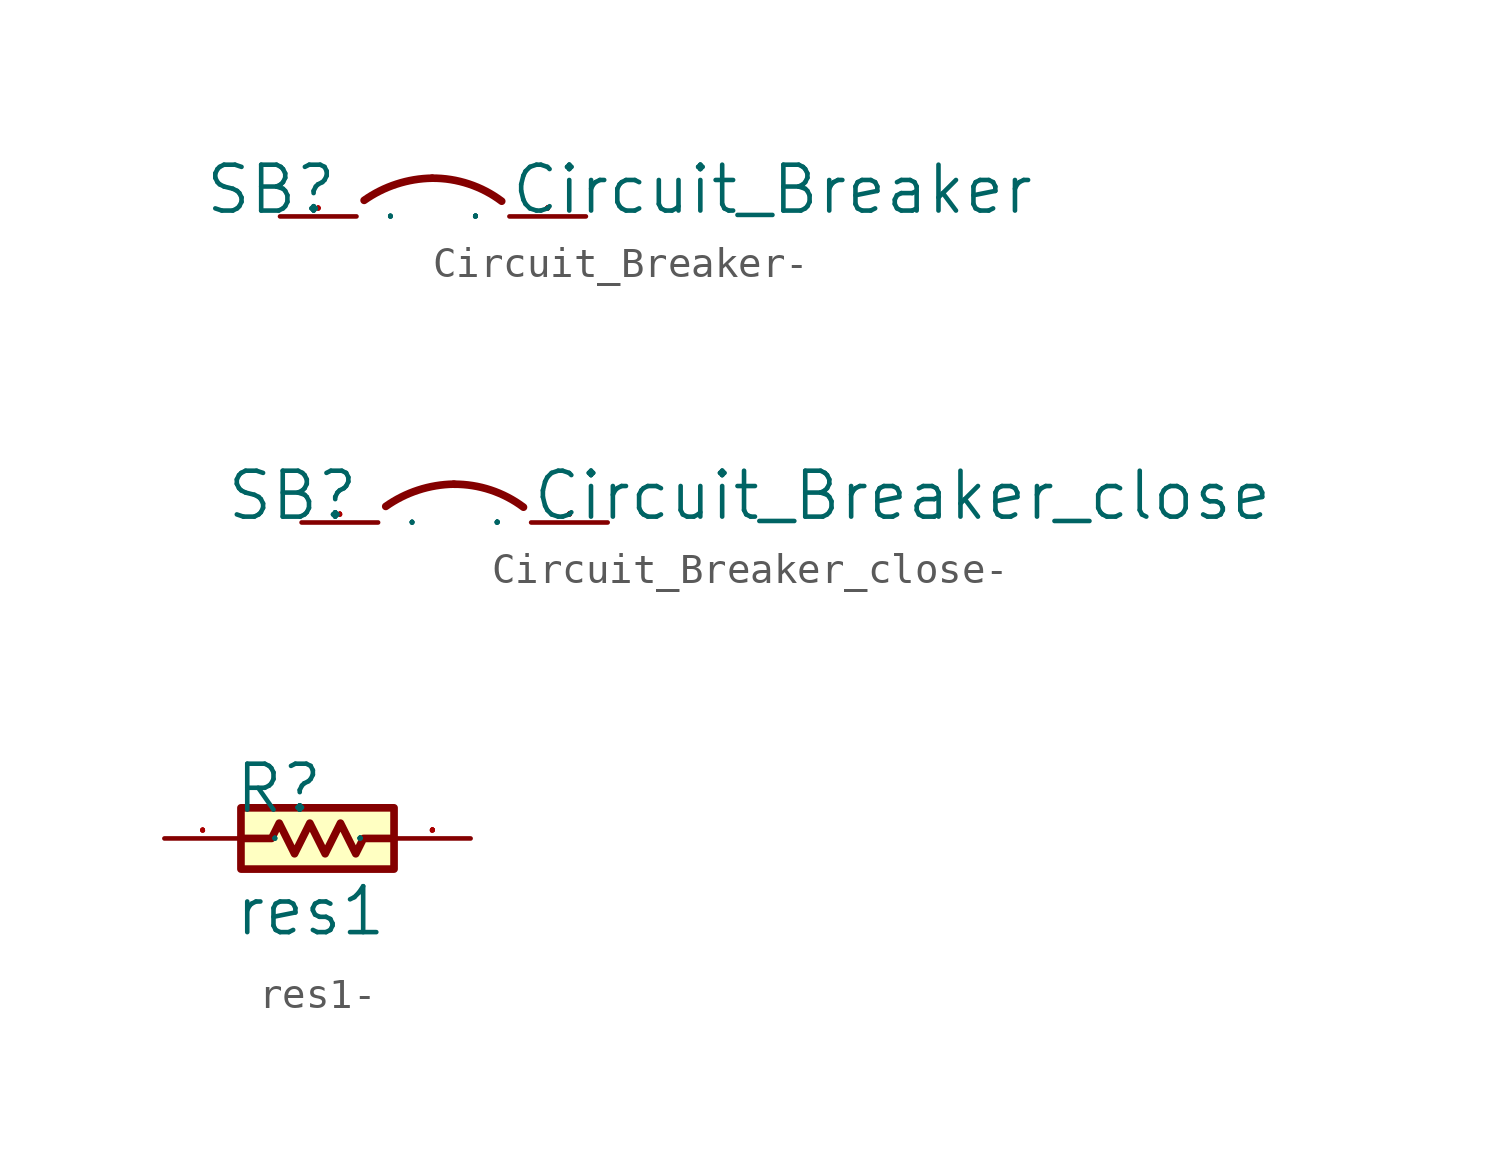
<source format=kicad_sym>
(kicad_symbol_lib
  (version 20220914)
  (generator kicad_symbol_editor)
  (symbol "Circuit_Breaker-"
    (pin_names
      (offset 1.016))
    (property "Reference" "SB"
      (at -5.08 -2.54 0)
      (effects (font (size 1.524 1.524)) (justify left bottom)))
    (property "Value" "Circuit_Breaker"
      (at 5.08 -2.54 0)
      (effects (font (size 1.524 1.524)) (justify left bottom)))
    (property "Footprint" ""
      (at 0 0 0)
      (effects (font (size 1.524 1.524))))
    (property "Datasheet" ""
      (at 0 0 0)
      (effects (font (size 1.524 1.524))))
    (symbol "Circuit_Breaker-_0_1"
      (pin passive line (at -2.54 -2.54 0) (length 2.54) (name "1" (effects (font (size 0.025 0.025)))) (number "1" (effects (font (size 0.025 0.025)))))
      (pin passive line (at 7.62 -2.54 180) (length 2.54) (name "2" (effects (font (size 0.025 0.025)))) (number "2" (effects (font (size 0.025 0.025))))))
    (symbol "Circuit_Breaker-_1_1"
      (arc (start 2.5146 -1.27) (mid 1.3303 -1.4671) (end 0.254 -2.0066) (stroke (width 0.254) (type solid)) (fill (type none)))
      (arc (start 4.826 -2.032) (mid 3.7328 -1.4615) (end 2.5146 -1.27) (stroke (width 0.254) (type solid)) (fill (type none)))))
  (symbol "Circuit_Breaker_close-"
    (pin_names
      (offset 1.016))
    (property "Reference" "SB"
      (at -5.08 -2.54 0)
      (effects (font (size 1.524 1.524)) (justify left bottom)))
    (property "Value" "Circuit_Breaker_close"
      (at 5.08 -2.54 0)
      (effects (font (size 1.524 1.524)) (justify left bottom)))
    (property "Footprint" ""
      (at 0 0 0)
      (effects (font (size 1.524 1.524))))
    (property "Datasheet" ""
      (at 0 0 0)
      (effects (font (size 1.524 1.524))))
    (symbol "Circuit_Breaker_close-_0_1"
      (pin passive line (at -2.54 -2.54 0) (length 2.54) (name "1" (effects (font (size 0.025 0.025)))) (number "1" (effects (font (size 0.025 0.025)))))
      (pin passive line (at 7.62 -2.54 180) (length 2.54) (name "2" (effects (font (size 0.025 0.025)))) (number "2" (effects (font (size 0.025 0.025))))))
    (symbol "Circuit_Breaker_close-_1_1"
      (arc (start 2.5146 -1.27) (mid 1.3303 -1.4671) (end 0.254 -2.0066) (stroke (width 0.254) (type solid)) (fill (type none)))
      (arc (start 4.826 -2.032) (mid 3.7328 -1.4615) (end 2.5146 -1.27) (stroke (width 0.254) (type solid)) (fill (type none)))))
  (symbol "res1-"
    (pin_names
      (offset 1.016))
    (property "Reference" "R"
      (at -0.254 -1.778 0)
      (effects (font (size 1.524 1.524)) (justify left bottom)))
    (property "Value" "res1"
      (at -0.254 -5.842 0)
      (effects (font (size 1.524 1.524)) (justify left bottom)))
    (property "Footprint" ""
      (at 0 0 0)
      (effects (font (size 1.524 1.524))))
    (property "Datasheet" ""
      (at 0 0 0)
      (effects (font (size 1.524 1.524))))
    (symbol "res1-_0_1"
      (rectangle (start 0 -3.556) (end 5.08 -1.524) (stroke (width 0.254) (type solid)) (fill (type background)))
      (polyline (pts (xy 5.08 -2.54) (xy 4.064 -2.54) (xy 3.81 -3.048) (xy 3.302 -2.032) (xy 2.794 -3.048) (xy 2.286 -2.032) (xy 1.778 -3.048) (xy 1.27 -2.032) (xy 1.016 -2.54) (xy 0 -2.54)) (stroke (width 0.254) (type solid)) (fill (type none)))
      (pin passive line (at -2.54 -2.54 0) (length 2.54) (name "1" (effects (font (size 0.025 0.025)))) (number "1" (effects (font (size 0.025 0.025)))))
      (pin passive line (at 7.62 -2.54 180) (length 2.54) (name "2" (effects (font (size 0.025 0.025)))) (number "2" (effects (font (size 0.025 0.025))))))))
</source>
